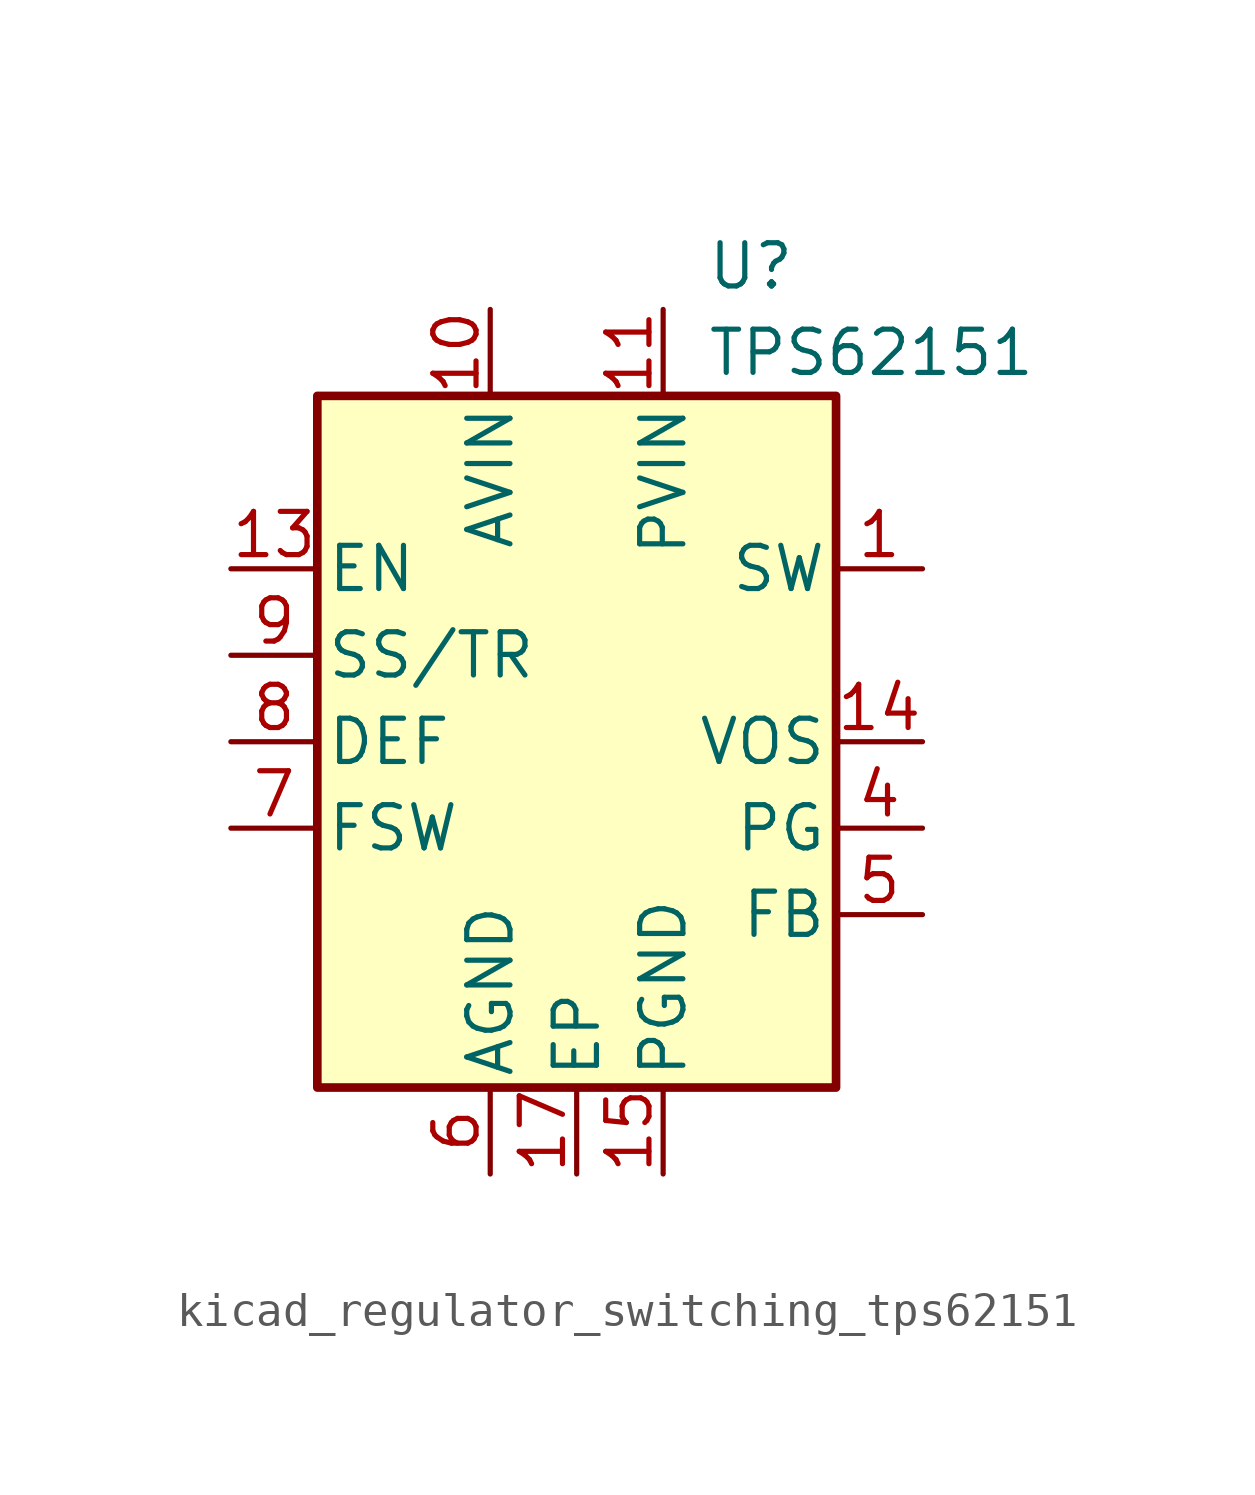
<source format=kicad_sym>
(kicad_symbol_lib
  (version 20220914)
  (generator kicad_symbol_editor)
  (symbol "kicad_regulator_switching_tps62151"
    (pin_names
      (offset 0.254))
    (property "Reference" "U"
      (at 3.81 13.97 0)
      (effects (font (size 1.27 1.27)) (justify left)))
    (property "Value" "TPS62151"
      (at 3.81 11.43 0)
      (effects (font (size 1.27 1.27)) (justify left)))
    (symbol "kicad_regulator_switching_tps62151_0_1"
      (rectangle (start -7.62 10.16) (end 7.62 -10.16) (stroke (width 0.254) (type default)) (fill (type background))))
    (symbol "kicad_regulator_switching_tps62151_1_1"
      (pin output line (at 10.16 5.08 180) (length 2.54) (name "SW" (effects (font (size 1.27 1.27)))) (number "1" (effects (font (size 1.27 1.27)))))
      (pin power_in line (at -2.54 12.7 270) (length 2.54) (name "AVIN" (effects (font (size 1.27 1.27)))) (number "10" (effects (font (size 1.27 1.27)))))
      (pin power_in line (at 2.54 12.7 270) (length 2.54) (name "PVIN" (effects (font (size 1.27 1.27)))) (number "11" (effects (font (size 1.27 1.27)))))
      (pin passive line (at 2.54 12.7 270) (length 2.54) hide (name "PVIN" (effects (font (size 1.27 1.27)))) (number "12" (effects (font (size 1.27 1.27)))))
      (pin input line (at -10.16 5.08 0) (length 2.54) (name "EN" (effects (font (size 1.27 1.27)))) (number "13" (effects (font (size 1.27 1.27)))))
      (pin input line (at 10.16 0 180) (length 2.54) (name "VOS" (effects (font (size 1.27 1.27)))) (number "14" (effects (font (size 1.27 1.27)))))
      (pin power_in line (at 2.54 -12.7 90) (length 2.54) (name "PGND" (effects (font (size 1.27 1.27)))) (number "15" (effects (font (size 1.27 1.27)))))
      (pin passive line (at 2.54 -12.7 90) (length 2.54) hide (name "PGND" (effects (font (size 1.27 1.27)))) (number "16" (effects (font (size 1.27 1.27)))))
      (pin power_in line (at 0 -12.7 90) (length 2.54) (name "EP" (effects (font (size 1.27 1.27)))) (number "17" (effects (font (size 1.27 1.27)))))
      (pin passive line (at 10.16 5.08 180) (length 2.54) hide (name "SW" (effects (font (size 1.27 1.27)))) (number "2" (effects (font (size 1.27 1.27)))))
      (pin passive line (at 10.16 5.08 180) (length 2.54) hide (name "SW" (effects (font (size 1.27 1.27)))) (number "3" (effects (font (size 1.27 1.27)))))
      (pin open_collector line (at 10.16 -2.54 180) (length 2.54) (name "PG" (effects (font (size 1.27 1.27)))) (number "4" (effects (font (size 1.27 1.27)))))
      (pin input line (at 10.16 -5.08 180) (length 2.54) (name "FB" (effects (font (size 1.27 1.27)))) (number "5" (effects (font (size 1.27 1.27)))))
      (pin power_in line (at -2.54 -12.7 90) (length 2.54) (name "AGND" (effects (font (size 1.27 1.27)))) (number "6" (effects (font (size 1.27 1.27)))))
      (pin input line (at -10.16 -2.54 0) (length 2.54) (name "FSW" (effects (font (size 1.27 1.27)))) (number "7" (effects (font (size 1.27 1.27)))))
      (pin input line (at -10.16 0 0) (length 2.54) (name "DEF" (effects (font (size 1.27 1.27)))) (number "8" (effects (font (size 1.27 1.27)))))
      (pin input line (at -10.16 2.54 0) (length 2.54) (name "SS/TR" (effects (font (size 1.27 1.27)))) (number "9" (effects (font (size 1.27 1.27))))))))
</source>
